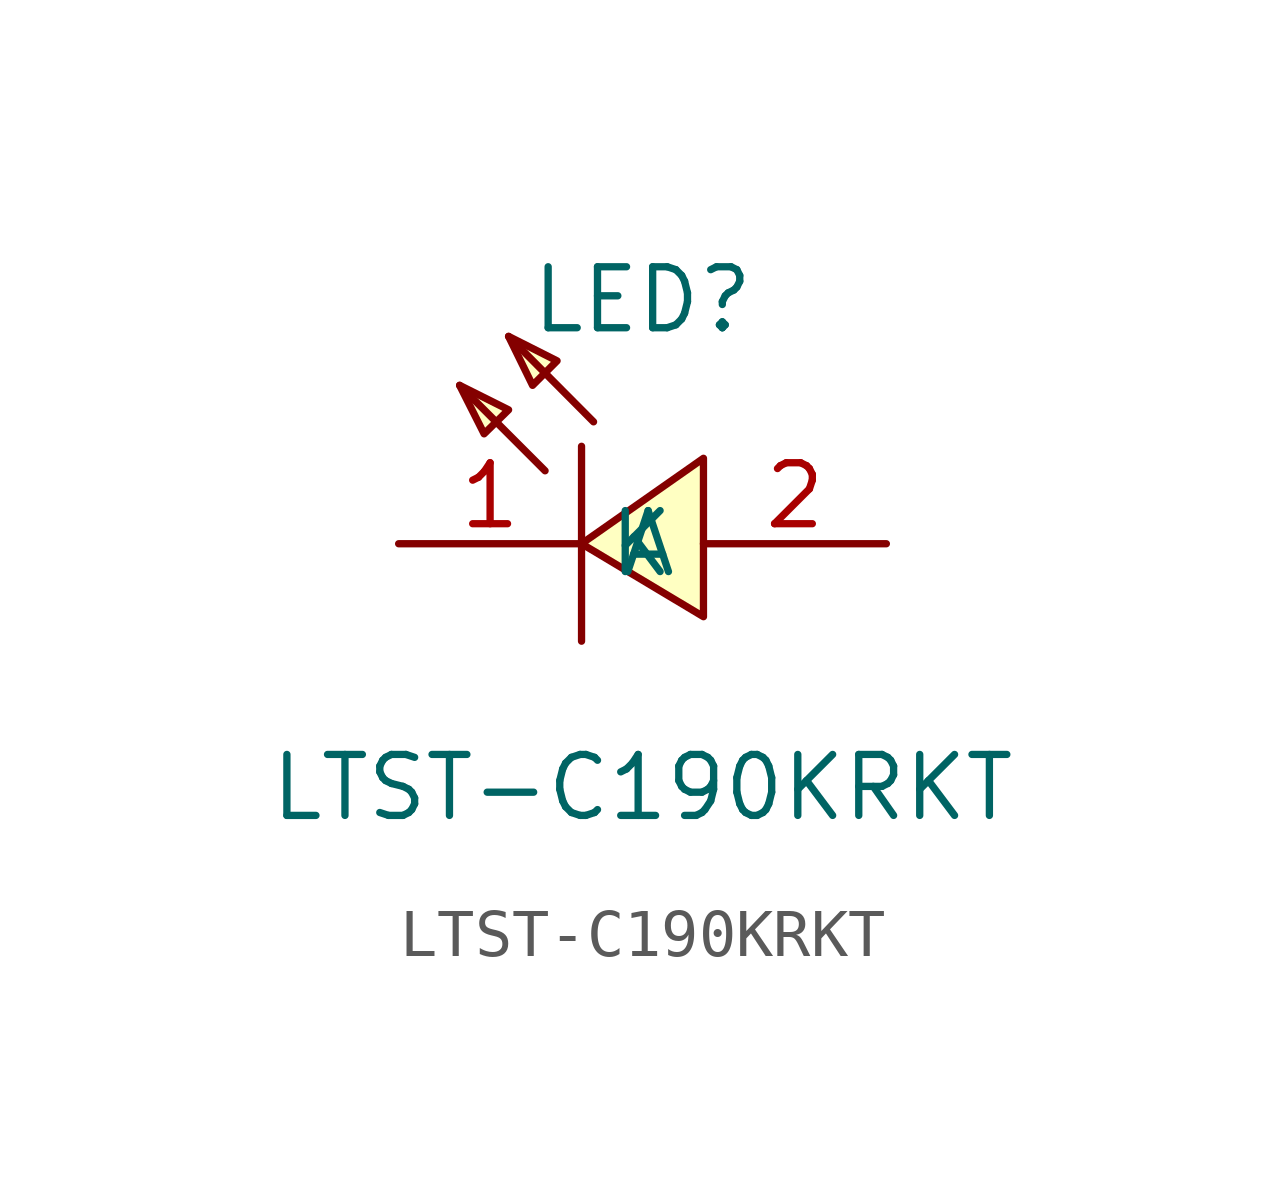
<source format=kicad_sym>
(kicad_symbol_lib
  (version 20211014)
  (generator https://github.com/uPesy/easyeda2kicad.py)
  (symbol "LTST-C190KRKT"
    (property "Reference" "LED"
      (at 0 3.81 0)
      (effects (font (size 1.27 1.27))))
    (property "Value" "LTST-C190KRKT"
      (at 0 -6.35 0)
      (effects (font (size 1.27 1.27))))
    (symbol "LTST-C190KRKT_0_1"
      (polyline (pts (xy -3.81 2.03) (xy -2.79 1.52) (xy -3.30 1.02) (xy -3.81 2.03)) (stroke (width 0) (type default) (color 0 0 0 0)) (fill (type background)))
      (polyline (pts (xy -2.79 3.05) (xy -1.78 2.54) (xy -2.29 2.03) (xy -2.79 3.05)) (stroke (width 0) (type default) (color 0 0 0 0)) (fill (type background)))
      (polyline (pts (xy 1.27 -2.79) (xy -1.27 -1.27) (xy 1.27 0.51) (xy 1.27 -2.79)) (stroke (width 0) (type default) (color 0 0 0 0)) (fill (type background)))
      (polyline (pts (xy -2.03 0.25) (xy -3.81 2.03)) (stroke (width 0) (type default) (color 0 0 0 0)) (fill (type none)))
      (polyline (pts (xy -1.02 1.27) (xy -2.79 3.05)) (stroke (width 0) (type default) (color 0 0 0 0)) (fill (type none)))
      (polyline (pts (xy -1.27 0.76) (xy -1.27 -3.30)) (stroke (width 0) (type default) (color 0 0 0 0)) (fill (type none)))
      (pin unspecified line (at -5.08 -1.27 0) (length 3.81) (name "K" (effects (font (size 1.27 1.27)))) (number "1" (effects (font (size 1.27 1.27)))))
      (pin unspecified line (at 5.08 -1.27 180) (length 3.81) (name "A" (effects (font (size 1.27 1.27)))) (number "2" (effects (font (size 1.27 1.27))))))))
</source>
